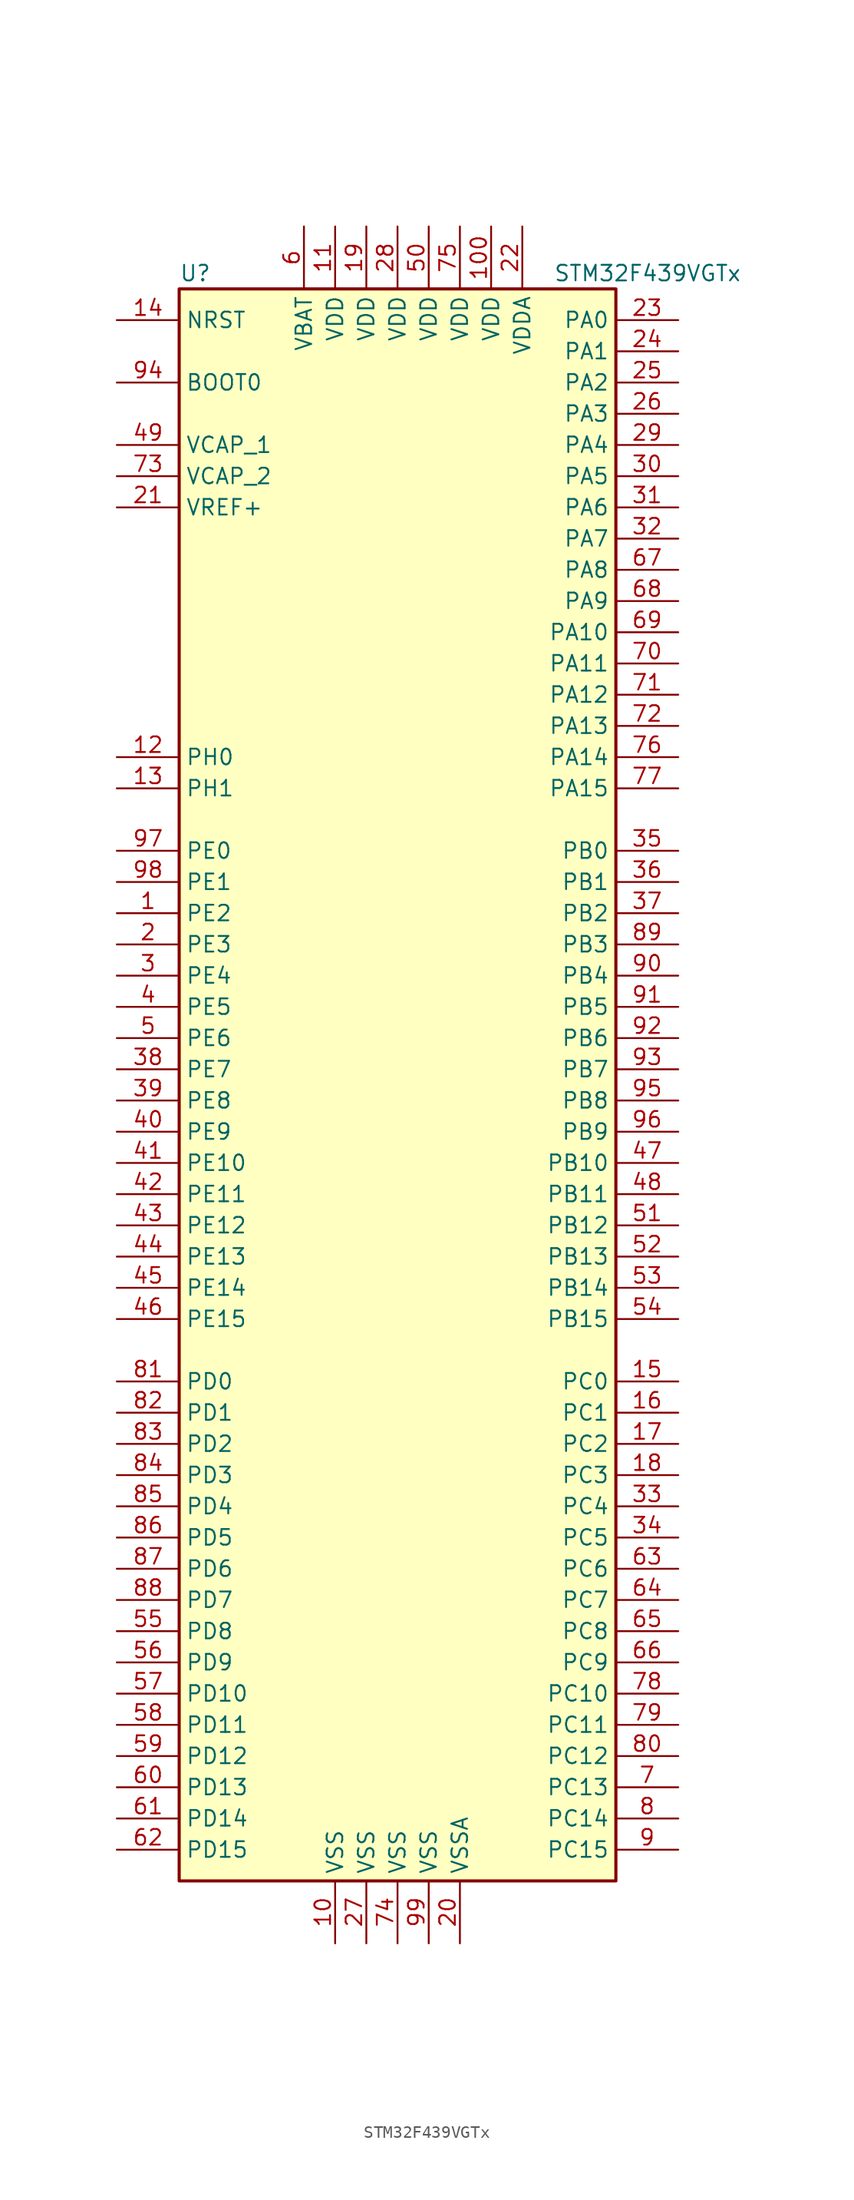
<source format=kicad_sym>
(kicad_symbol_lib
  (version 20201005)
  (generator kicad_symbol_editor)
  (symbol "STM32F439VGTx"
    (property "Reference" "U"
      (at -17.78 64.77 0)
      (effects (font (size 1.27 1.27)) (justify left)))
    (property "Value" "STM32F439VGTx"
      (at 12.7 64.77 0)
      (effects (font (size 1.27 1.27)) (justify left)))
    (symbol "STM32F439VGTx_0_1"
      (rectangle (start -17.78 -66.04) (end 17.78 63.5) (stroke (width 0.254)) (fill (type background))))
    (symbol "STM32F439VGTx_1_1"
      (pin input line (at -22.86 55.88 0) (length 5.08) (name "BOOT0" (effects (font (size 1.27 1.27)))) (number "94" (effects (font (size 1.27 1.27)))))
      (pin input line (at -22.86 60.96 0) (length 5.08) (name "NRST" (effects (font (size 1.27 1.27)))) (number "14" (effects (font (size 1.27 1.27)))))
      (pin bidirectional line (at 22.86 60.96 180) (length 5.08) (name "PA0" (effects (font (size 1.27 1.27)))) (number "23" (effects (font (size 1.27 1.27)))))
      (pin bidirectional line (at 22.86 58.42 180) (length 5.08) (name "PA1" (effects (font (size 1.27 1.27)))) (number "24" (effects (font (size 1.27 1.27)))))
      (pin bidirectional line (at 22.86 35.56 180) (length 5.08) (name "PA10" (effects (font (size 1.27 1.27)))) (number "69" (effects (font (size 1.27 1.27)))))
      (pin bidirectional line (at 22.86 33.02 180) (length 5.08) (name "PA11" (effects (font (size 1.27 1.27)))) (number "70" (effects (font (size 1.27 1.27)))))
      (pin bidirectional line (at 22.86 30.48 180) (length 5.08) (name "PA12" (effects (font (size 1.27 1.27)))) (number "71" (effects (font (size 1.27 1.27)))))
      (pin bidirectional line (at 22.86 27.94 180) (length 5.08) (name "PA13" (effects (font (size 1.27 1.27)))) (number "72" (effects (font (size 1.27 1.27)))))
      (pin bidirectional line (at 22.86 25.4 180) (length 5.08) (name "PA14" (effects (font (size 1.27 1.27)))) (number "76" (effects (font (size 1.27 1.27)))))
      (pin bidirectional line (at 22.86 22.86 180) (length 5.08) (name "PA15" (effects (font (size 1.27 1.27)))) (number "77" (effects (font (size 1.27 1.27)))))
      (pin bidirectional line (at 22.86 55.88 180) (length 5.08) (name "PA2" (effects (font (size 1.27 1.27)))) (number "25" (effects (font (size 1.27 1.27)))))
      (pin bidirectional line (at 22.86 53.34 180) (length 5.08) (name "PA3" (effects (font (size 1.27 1.27)))) (number "26" (effects (font (size 1.27 1.27)))))
      (pin bidirectional line (at 22.86 50.8 180) (length 5.08) (name "PA4" (effects (font (size 1.27 1.27)))) (number "29" (effects (font (size 1.27 1.27)))))
      (pin bidirectional line (at 22.86 48.26 180) (length 5.08) (name "PA5" (effects (font (size 1.27 1.27)))) (number "30" (effects (font (size 1.27 1.27)))))
      (pin bidirectional line (at 22.86 45.72 180) (length 5.08) (name "PA6" (effects (font (size 1.27 1.27)))) (number "31" (effects (font (size 1.27 1.27)))))
      (pin bidirectional line (at 22.86 43.18 180) (length 5.08) (name "PA7" (effects (font (size 1.27 1.27)))) (number "32" (effects (font (size 1.27 1.27)))))
      (pin bidirectional line (at 22.86 40.64 180) (length 5.08) (name "PA8" (effects (font (size 1.27 1.27)))) (number "67" (effects (font (size 1.27 1.27)))))
      (pin bidirectional line (at 22.86 38.1 180) (length 5.08) (name "PA9" (effects (font (size 1.27 1.27)))) (number "68" (effects (font (size 1.27 1.27)))))
      (pin bidirectional line (at 22.86 17.78 180) (length 5.08) (name "PB0" (effects (font (size 1.27 1.27)))) (number "35" (effects (font (size 1.27 1.27)))))
      (pin bidirectional line (at 22.86 15.24 180) (length 5.08) (name "PB1" (effects (font (size 1.27 1.27)))) (number "36" (effects (font (size 1.27 1.27)))))
      (pin bidirectional line (at 22.86 -7.62 180) (length 5.08) (name "PB10" (effects (font (size 1.27 1.27)))) (number "47" (effects (font (size 1.27 1.27)))))
      (pin bidirectional line (at 22.86 -10.16 180) (length 5.08) (name "PB11" (effects (font (size 1.27 1.27)))) (number "48" (effects (font (size 1.27 1.27)))))
      (pin bidirectional line (at 22.86 -12.7 180) (length 5.08) (name "PB12" (effects (font (size 1.27 1.27)))) (number "51" (effects (font (size 1.27 1.27)))))
      (pin bidirectional line (at 22.86 -15.24 180) (length 5.08) (name "PB13" (effects (font (size 1.27 1.27)))) (number "52" (effects (font (size 1.27 1.27)))))
      (pin bidirectional line (at 22.86 -17.78 180) (length 5.08) (name "PB14" (effects (font (size 1.27 1.27)))) (number "53" (effects (font (size 1.27 1.27)))))
      (pin bidirectional line (at 22.86 -20.32 180) (length 5.08) (name "PB15" (effects (font (size 1.27 1.27)))) (number "54" (effects (font (size 1.27 1.27)))))
      (pin bidirectional line (at 22.86 12.7 180) (length 5.08) (name "PB2" (effects (font (size 1.27 1.27)))) (number "37" (effects (font (size 1.27 1.27)))))
      (pin bidirectional line (at 22.86 10.16 180) (length 5.08) (name "PB3" (effects (font (size 1.27 1.27)))) (number "89" (effects (font (size 1.27 1.27)))))
      (pin bidirectional line (at 22.86 7.62 180) (length 5.08) (name "PB4" (effects (font (size 1.27 1.27)))) (number "90" (effects (font (size 1.27 1.27)))))
      (pin bidirectional line (at 22.86 5.08 180) (length 5.08) (name "PB5" (effects (font (size 1.27 1.27)))) (number "91" (effects (font (size 1.27 1.27)))))
      (pin bidirectional line (at 22.86 2.54 180) (length 5.08) (name "PB6" (effects (font (size 1.27 1.27)))) (number "92" (effects (font (size 1.27 1.27)))))
      (pin bidirectional line (at 22.86 0 180) (length 5.08) (name "PB7" (effects (font (size 1.27 1.27)))) (number "93" (effects (font (size 1.27 1.27)))))
      (pin bidirectional line (at 22.86 -2.54 180) (length 5.08) (name "PB8" (effects (font (size 1.27 1.27)))) (number "95" (effects (font (size 1.27 1.27)))))
      (pin bidirectional line (at 22.86 -5.08 180) (length 5.08) (name "PB9" (effects (font (size 1.27 1.27)))) (number "96" (effects (font (size 1.27 1.27)))))
      (pin bidirectional line (at 22.86 -25.4 180) (length 5.08) (name "PC0" (effects (font (size 1.27 1.27)))) (number "15" (effects (font (size 1.27 1.27)))))
      (pin bidirectional line (at 22.86 -27.94 180) (length 5.08) (name "PC1" (effects (font (size 1.27 1.27)))) (number "16" (effects (font (size 1.27 1.27)))))
      (pin bidirectional line (at 22.86 -50.8 180) (length 5.08) (name "PC10" (effects (font (size 1.27 1.27)))) (number "78" (effects (font (size 1.27 1.27)))))
      (pin bidirectional line (at 22.86 -53.34 180) (length 5.08) (name "PC11" (effects (font (size 1.27 1.27)))) (number "79" (effects (font (size 1.27 1.27)))))
      (pin bidirectional line (at 22.86 -55.88 180) (length 5.08) (name "PC12" (effects (font (size 1.27 1.27)))) (number "80" (effects (font (size 1.27 1.27)))))
      (pin bidirectional line (at 22.86 -58.42 180) (length 5.08) (name "PC13" (effects (font (size 1.27 1.27)))) (number "7" (effects (font (size 1.27 1.27)))))
      (pin bidirectional line (at 22.86 -60.96 180) (length 5.08) (name "PC14" (effects (font (size 1.27 1.27)))) (number "8" (effects (font (size 1.27 1.27)))))
      (pin bidirectional line (at 22.86 -63.5 180) (length 5.08) (name "PC15" (effects (font (size 1.27 1.27)))) (number "9" (effects (font (size 1.27 1.27)))))
      (pin bidirectional line (at 22.86 -30.48 180) (length 5.08) (name "PC2" (effects (font (size 1.27 1.27)))) (number "17" (effects (font (size 1.27 1.27)))))
      (pin bidirectional line (at 22.86 -33.02 180) (length 5.08) (name "PC3" (effects (font (size 1.27 1.27)))) (number "18" (effects (font (size 1.27 1.27)))))
      (pin bidirectional line (at 22.86 -35.56 180) (length 5.08) (name "PC4" (effects (font (size 1.27 1.27)))) (number "33" (effects (font (size 1.27 1.27)))))
      (pin bidirectional line (at 22.86 -38.1 180) (length 5.08) (name "PC5" (effects (font (size 1.27 1.27)))) (number "34" (effects (font (size 1.27 1.27)))))
      (pin bidirectional line (at 22.86 -40.64 180) (length 5.08) (name "PC6" (effects (font (size 1.27 1.27)))) (number "63" (effects (font (size 1.27 1.27)))))
      (pin bidirectional line (at 22.86 -43.18 180) (length 5.08) (name "PC7" (effects (font (size 1.27 1.27)))) (number "64" (effects (font (size 1.27 1.27)))))
      (pin bidirectional line (at 22.86 -45.72 180) (length 5.08) (name "PC8" (effects (font (size 1.27 1.27)))) (number "65" (effects (font (size 1.27 1.27)))))
      (pin bidirectional line (at 22.86 -48.26 180) (length 5.08) (name "PC9" (effects (font (size 1.27 1.27)))) (number "66" (effects (font (size 1.27 1.27)))))
      (pin bidirectional line (at -22.86 -25.4 0) (length 5.08) (name "PD0" (effects (font (size 1.27 1.27)))) (number "81" (effects (font (size 1.27 1.27)))))
      (pin bidirectional line (at -22.86 -27.94 0) (length 5.08) (name "PD1" (effects (font (size 1.27 1.27)))) (number "82" (effects (font (size 1.27 1.27)))))
      (pin bidirectional line (at -22.86 -50.8 0) (length 5.08) (name "PD10" (effects (font (size 1.27 1.27)))) (number "57" (effects (font (size 1.27 1.27)))))
      (pin bidirectional line (at -22.86 -53.34 0) (length 5.08) (name "PD11" (effects (font (size 1.27 1.27)))) (number "58" (effects (font (size 1.27 1.27)))))
      (pin bidirectional line (at -22.86 -55.88 0) (length 5.08) (name "PD12" (effects (font (size 1.27 1.27)))) (number "59" (effects (font (size 1.27 1.27)))))
      (pin bidirectional line (at -22.86 -58.42 0) (length 5.08) (name "PD13" (effects (font (size 1.27 1.27)))) (number "60" (effects (font (size 1.27 1.27)))))
      (pin bidirectional line (at -22.86 -60.96 0) (length 5.08) (name "PD14" (effects (font (size 1.27 1.27)))) (number "61" (effects (font (size 1.27 1.27)))))
      (pin bidirectional line (at -22.86 -63.5 0) (length 5.08) (name "PD15" (effects (font (size 1.27 1.27)))) (number "62" (effects (font (size 1.27 1.27)))))
      (pin bidirectional line (at -22.86 -30.48 0) (length 5.08) (name "PD2" (effects (font (size 1.27 1.27)))) (number "83" (effects (font (size 1.27 1.27)))))
      (pin bidirectional line (at -22.86 -33.02 0) (length 5.08) (name "PD3" (effects (font (size 1.27 1.27)))) (number "84" (effects (font (size 1.27 1.27)))))
      (pin bidirectional line (at -22.86 -35.56 0) (length 5.08) (name "PD4" (effects (font (size 1.27 1.27)))) (number "85" (effects (font (size 1.27 1.27)))))
      (pin bidirectional line (at -22.86 -38.1 0) (length 5.08) (name "PD5" (effects (font (size 1.27 1.27)))) (number "86" (effects (font (size 1.27 1.27)))))
      (pin bidirectional line (at -22.86 -40.64 0) (length 5.08) (name "PD6" (effects (font (size 1.27 1.27)))) (number "87" (effects (font (size 1.27 1.27)))))
      (pin bidirectional line (at -22.86 -43.18 0) (length 5.08) (name "PD7" (effects (font (size 1.27 1.27)))) (number "88" (effects (font (size 1.27 1.27)))))
      (pin bidirectional line (at -22.86 -45.72 0) (length 5.08) (name "PD8" (effects (font (size 1.27 1.27)))) (number "55" (effects (font (size 1.27 1.27)))))
      (pin bidirectional line (at -22.86 -48.26 0) (length 5.08) (name "PD9" (effects (font (size 1.27 1.27)))) (number "56" (effects (font (size 1.27 1.27)))))
      (pin bidirectional line (at -22.86 17.78 0) (length 5.08) (name "PE0" (effects (font (size 1.27 1.27)))) (number "97" (effects (font (size 1.27 1.27)))))
      (pin bidirectional line (at -22.86 15.24 0) (length 5.08) (name "PE1" (effects (font (size 1.27 1.27)))) (number "98" (effects (font (size 1.27 1.27)))))
      (pin bidirectional line (at -22.86 -7.62 0) (length 5.08) (name "PE10" (effects (font (size 1.27 1.27)))) (number "41" (effects (font (size 1.27 1.27)))))
      (pin bidirectional line (at -22.86 -10.16 0) (length 5.08) (name "PE11" (effects (font (size 1.27 1.27)))) (number "42" (effects (font (size 1.27 1.27)))))
      (pin bidirectional line (at -22.86 -12.7 0) (length 5.08) (name "PE12" (effects (font (size 1.27 1.27)))) (number "43" (effects (font (size 1.27 1.27)))))
      (pin bidirectional line (at -22.86 -15.24 0) (length 5.08) (name "PE13" (effects (font (size 1.27 1.27)))) (number "44" (effects (font (size 1.27 1.27)))))
      (pin bidirectional line (at -22.86 -17.78 0) (length 5.08) (name "PE14" (effects (font (size 1.27 1.27)))) (number "45" (effects (font (size 1.27 1.27)))))
      (pin bidirectional line (at -22.86 -20.32 0) (length 5.08) (name "PE15" (effects (font (size 1.27 1.27)))) (number "46" (effects (font (size 1.27 1.27)))))
      (pin bidirectional line (at -22.86 12.7 0) (length 5.08) (name "PE2" (effects (font (size 1.27 1.27)))) (number "1" (effects (font (size 1.27 1.27)))))
      (pin bidirectional line (at -22.86 10.16 0) (length 5.08) (name "PE3" (effects (font (size 1.27 1.27)))) (number "2" (effects (font (size 1.27 1.27)))))
      (pin bidirectional line (at -22.86 7.62 0) (length 5.08) (name "PE4" (effects (font (size 1.27 1.27)))) (number "3" (effects (font (size 1.27 1.27)))))
      (pin bidirectional line (at -22.86 5.08 0) (length 5.08) (name "PE5" (effects (font (size 1.27 1.27)))) (number "4" (effects (font (size 1.27 1.27)))))
      (pin bidirectional line (at -22.86 2.54 0) (length 5.08) (name "PE6" (effects (font (size 1.27 1.27)))) (number "5" (effects (font (size 1.27 1.27)))))
      (pin bidirectional line (at -22.86 0 0) (length 5.08) (name "PE7" (effects (font (size 1.27 1.27)))) (number "38" (effects (font (size 1.27 1.27)))))
      (pin bidirectional line (at -22.86 -2.54 0) (length 5.08) (name "PE8" (effects (font (size 1.27 1.27)))) (number "39" (effects (font (size 1.27 1.27)))))
      (pin bidirectional line (at -22.86 -5.08 0) (length 5.08) (name "PE9" (effects (font (size 1.27 1.27)))) (number "40" (effects (font (size 1.27 1.27)))))
      (pin input line (at -22.86 25.4 0) (length 5.08) (name "PH0" (effects (font (size 1.27 1.27)))) (number "12" (effects (font (size 1.27 1.27)))))
      (pin input line (at -22.86 22.86 0) (length 5.08) (name "PH1" (effects (font (size 1.27 1.27)))) (number "13" (effects (font (size 1.27 1.27)))))
      (pin power_in line (at -7.62 68.58 270) (length 5.08) (name "VBAT" (effects (font (size 1.27 1.27)))) (number "6" (effects (font (size 1.27 1.27)))))
      (pin power_in line (at -22.86 50.8 0) (length 5.08) (name "VCAP_1" (effects (font (size 1.27 1.27)))) (number "49" (effects (font (size 1.27 1.27)))))
      (pin power_in line (at -22.86 48.26 0) (length 5.08) (name "VCAP_2" (effects (font (size 1.27 1.27)))) (number "73" (effects (font (size 1.27 1.27)))))
      (pin power_in line (at 7.62 68.58 270) (length 5.08) (name "VDD" (effects (font (size 1.27 1.27)))) (number "100" (effects (font (size 1.27 1.27)))))
      (pin power_in line (at -5.08 68.58 270) (length 5.08) (name "VDD" (effects (font (size 1.27 1.27)))) (number "11" (effects (font (size 1.27 1.27)))))
      (pin power_in line (at -2.54 68.58 270) (length 5.08) (name "VDD" (effects (font (size 1.27 1.27)))) (number "19" (effects (font (size 1.27 1.27)))))
      (pin power_in line (at 0 68.58 270) (length 5.08) (name "VDD" (effects (font (size 1.27 1.27)))) (number "28" (effects (font (size 1.27 1.27)))))
      (pin power_in line (at 2.54 68.58 270) (length 5.08) (name "VDD" (effects (font (size 1.27 1.27)))) (number "50" (effects (font (size 1.27 1.27)))))
      (pin power_in line (at 5.08 68.58 270) (length 5.08) (name "VDD" (effects (font (size 1.27 1.27)))) (number "75" (effects (font (size 1.27 1.27)))))
      (pin power_in line (at 10.16 68.58 270) (length 5.08) (name "VDDA" (effects (font (size 1.27 1.27)))) (number "22" (effects (font (size 1.27 1.27)))))
      (pin power_in line (at -22.86 45.72 0) (length 5.08) (name "VREF+" (effects (font (size 1.27 1.27)))) (number "21" (effects (font (size 1.27 1.27)))))
      (pin power_in line (at -5.08 -71.12 90) (length 5.08) (name "VSS" (effects (font (size 1.27 1.27)))) (number "10" (effects (font (size 1.27 1.27)))))
      (pin power_in line (at -2.54 -71.12 90) (length 5.08) (name "VSS" (effects (font (size 1.27 1.27)))) (number "27" (effects (font (size 1.27 1.27)))))
      (pin power_in line (at 0 -71.12 90) (length 5.08) (name "VSS" (effects (font (size 1.27 1.27)))) (number "74" (effects (font (size 1.27 1.27)))))
      (pin power_in line (at 2.54 -71.12 90) (length 5.08) (name "VSS" (effects (font (size 1.27 1.27)))) (number "99" (effects (font (size 1.27 1.27)))))
      (pin power_in line (at 5.08 -71.12 90) (length 5.08) (name "VSSA" (effects (font (size 1.27 1.27)))) (number "20" (effects (font (size 1.27 1.27))))))))
</source>
